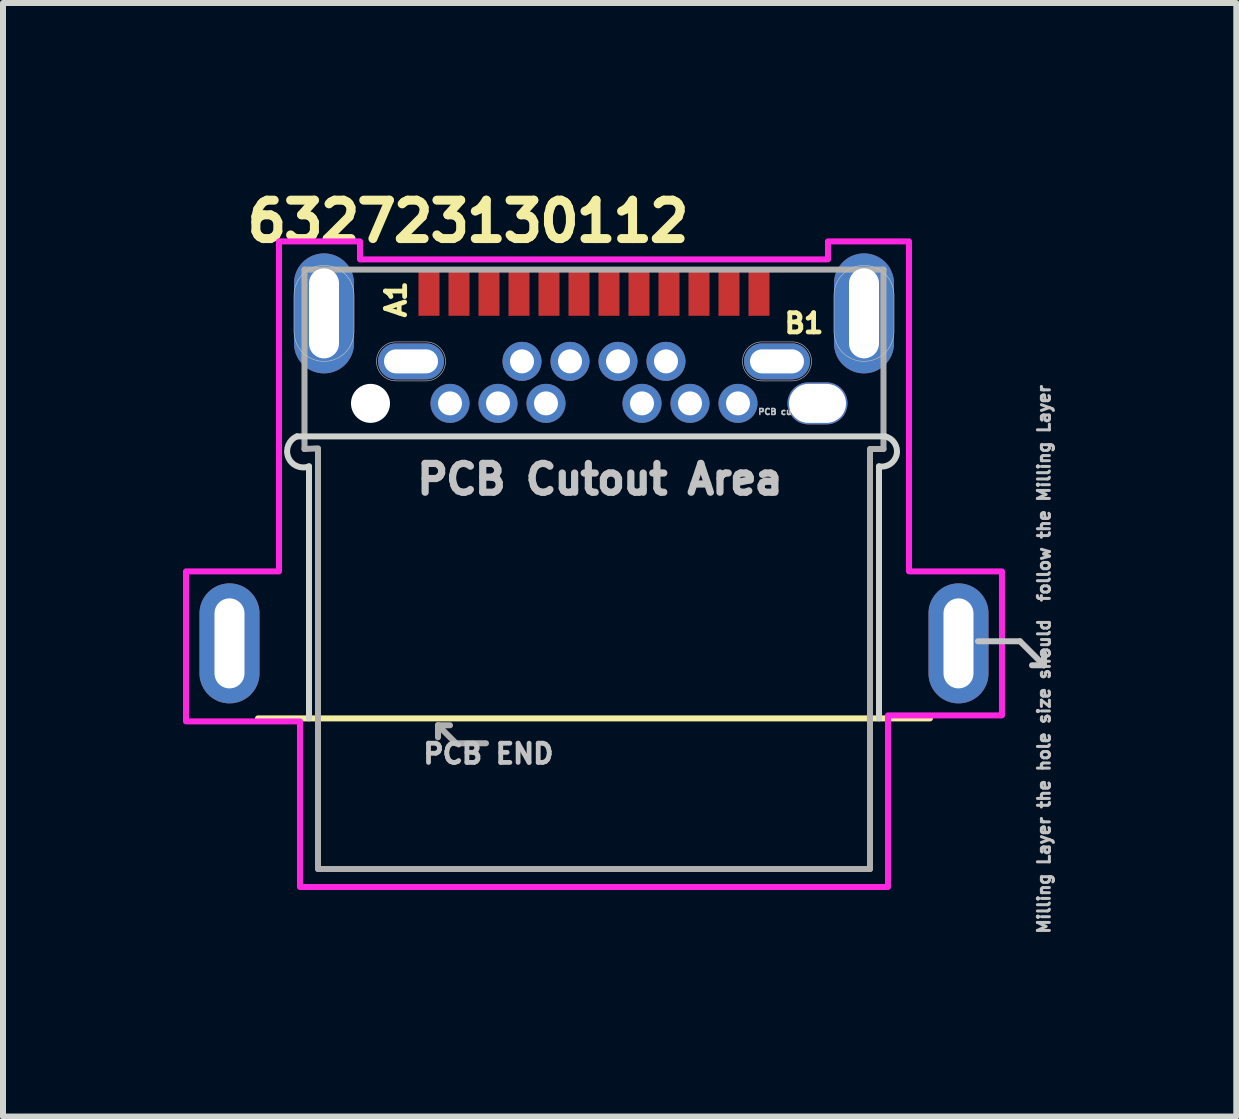
<source format=kicad_pcb>
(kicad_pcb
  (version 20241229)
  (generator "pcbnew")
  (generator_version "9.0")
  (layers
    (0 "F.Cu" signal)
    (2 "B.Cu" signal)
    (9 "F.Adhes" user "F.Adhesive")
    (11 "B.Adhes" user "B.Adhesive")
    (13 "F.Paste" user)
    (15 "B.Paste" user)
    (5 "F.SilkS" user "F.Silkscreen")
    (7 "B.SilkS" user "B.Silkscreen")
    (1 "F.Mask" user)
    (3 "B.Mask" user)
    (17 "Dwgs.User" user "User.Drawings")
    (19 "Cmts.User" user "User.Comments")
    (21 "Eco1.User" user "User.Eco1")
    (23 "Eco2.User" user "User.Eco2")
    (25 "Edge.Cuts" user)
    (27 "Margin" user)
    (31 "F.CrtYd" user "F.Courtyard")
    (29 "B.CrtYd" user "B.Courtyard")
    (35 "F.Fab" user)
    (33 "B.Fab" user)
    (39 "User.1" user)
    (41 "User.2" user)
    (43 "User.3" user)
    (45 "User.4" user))
  (footprint "632723130112"
    (layer "F.Cu")
    (at 6.85 6.438)
    (property "Reference" "632723130112" (at -2.1 -5.8 0) (layer "F.SilkS") (effects (font (size 0.64 0.64) (thickness 0.15))))
    (attr through_hole)
    (fp_poly (pts (xy 3.575 -3.19) (xy 3.531 -3.188) (xy 3.487 -3.181) (xy 3.444 -3.169) (xy 3.402 -3.153) (xy 3.363 -3.133) (xy 3.325 -3.109) (xy 3.291 -3.081) (xy 3.259 -3.049) (xy 3.231 -3.015) (xy 3.207 -2.977) (xy 3.187 -2.938) (xy 3.171 -2.896) (xy 3.159 -2.853) (xy 3.152 -2.809) (xy 3.15 -2.765) (xy 3.152 -2.721) (xy 3.159 -2.677) (xy 3.171 -2.634) (xy 3.187 -2.592) (xy 3.207 -2.552) (xy 3.231 -2.515) (xy 3.259 -2.481) (xy 3.291 -2.449) (xy 3.325 -2.421) (xy 3.362 -2.397) (xy 3.402 -2.377) (xy 3.444 -2.361) (xy 3.487 -2.349) (xy 3.531 -2.342) (xy 3.575 -2.34) (xy 3.875 -2.34) (xy 3.919 -2.342) (xy 3.963 -2.349) (xy 4.006 -2.361) (xy 4.048 -2.377) (xy 4.088 -2.397) (xy 4.125 -2.421) (xy 4.159 -2.449) (xy 4.191 -2.481) (xy 4.219 -2.515) (xy 4.243 -2.552) (xy 4.263 -2.592) (xy 4.279 -2.634) (xy 4.291 -2.677) (xy 4.298 -2.721) (xy 4.3 -2.765) (xy 4.298 -2.809) (xy 4.291 -2.853) (xy 4.279 -2.896) (xy 4.263 -2.938) (xy 4.243 -2.977) (xy 4.219 -3.015) (xy 4.191 -3.049) (xy 4.159 -3.081) (xy 4.125 -3.109) (xy 4.088 -3.133) (xy 4.048 -3.153) (xy 4.006 -3.169) (xy 3.963 -3.181) (xy 3.919 -3.188) (xy 3.875 -3.19) (xy 3.575 -3.19)) (stroke (width 0.1) (type solid)) (fill yes) (layer "F.Mask"))
    (fp_line (start -5.6 2.485) (end 5.6 2.485) (stroke (width 0.1) (type solid)) (layer "F.SilkS"))
    (fp_line (start 6.4 1.2) (end 7.1 1.2) (stroke (width 0.1) (type solid)) (layer "Dwgs.User"))
    (fp_line (start 7.1 1.2) (end 7.5 1.6) (stroke (width 0.1) (type solid)) (layer "Dwgs.User"))
    (fp_line (start 7.5 1.6) (end 7.3 1.6) (stroke (width 0.1) (type solid)) (layer "Dwgs.User"))
    (fp_line (start 7.5 1.6) (end 7.5 1.4) (stroke (width 0.1) (type solid)) (layer "Dwgs.User"))
    (fp_poly (pts (xy -4 -3.975) (xy -4.002 -3.921) (xy -4.009 -3.87) (xy -4.022 -3.819) (xy -4.04 -3.77) (xy -4.063 -3.723) (xy -4.09 -3.678) (xy -4.123 -3.637) (xy -4.159 -3.599) (xy -4.199 -3.566) (xy -4.242 -3.536) (xy -4.289 -3.512) (xy -4.337 -3.492) (xy -4.388 -3.478) (xy -4.439 -3.469) (xy -4.491 -3.465) (xy -4.544 -3.467) (xy -4.595 -3.474) (xy -4.646 -3.487) (xy -4.695 -3.505) (xy -4.742 -3.528) (xy -4.787 -3.555) (xy -4.828 -3.588) (xy -4.866 -3.624) (xy -4.899 -3.664) (xy -4.929 -3.707) (xy -4.953 -3.754) (xy -4.973 -3.802) (xy -4.987 -3.853) (xy -4.996 -3.904) (xy -5 -3.955) (xy -5 -4.555) (xy -4.998 -4.609) (xy -4.991 -4.66) (xy -4.978 -4.711) (xy -4.96 -4.76) (xy -4.937 -4.807) (xy -4.91 -4.852) (xy -4.877 -4.893) (xy -4.841 -4.931) (xy -4.801 -4.964) (xy -4.758 -4.994) (xy -4.711 -5.018) (xy -4.663 -5.038) (xy -4.612 -5.052) (xy -4.561 -5.061) (xy -4.509 -5.065) (xy -4.456 -5.063) (xy -4.405 -5.056) (xy -4.354 -5.043) (xy -4.305 -5.025) (xy -4.258 -5.002) (xy -4.213 -4.975) (xy -4.172 -4.942) (xy -4.134 -4.906) (xy -4.101 -4.866) (xy -4.071 -4.823) (xy -4.047 -4.776) (xy -4.027 -4.728) (xy -4.013 -4.677) (xy -4.004 -4.626) (xy -4 -4.575) (xy -4 -3.975)) (stroke (width 0.01) (type solid)) (fill no) (layer "Dwgs.User"))
    (fp_poly (pts (xy -3.29 -3.14) (xy -3.323 -3.141) (xy -3.356 -3.145) (xy -3.39 -3.152) (xy -3.422 -3.164) (xy -3.453 -3.178) (xy -3.482 -3.195) (xy -3.509 -3.216) (xy -3.534 -3.239) (xy -3.556 -3.265) (xy -3.576 -3.293) (xy -3.592 -3.322) (xy -3.606 -3.354) (xy -3.615 -3.386) (xy -3.622 -3.42) (xy -3.625 -3.454) (xy -3.624 -3.488) (xy -3.62 -3.521) (xy -3.613 -3.555) (xy -3.601 -3.587) (xy -3.587 -3.618) (xy -3.57 -3.647) (xy -3.549 -3.674) (xy -3.526 -3.699) (xy -3.5 -3.721) (xy -3.472 -3.741) (xy -3.443 -3.757) (xy -3.411 -3.771) (xy -3.379 -3.78) (xy -3.345 -3.787) (xy -3.31 -3.79) (xy -2.81 -3.79) (xy -2.777 -3.789) (xy -2.744 -3.785) (xy -2.71 -3.778) (xy -2.678 -3.766) (xy -2.647 -3.752) (xy -2.618 -3.735) (xy -2.591 -3.714) (xy -2.566 -3.691) (xy -2.544 -3.665) (xy -2.524 -3.637) (xy -2.508 -3.608) (xy -2.494 -3.576) (xy -2.485 -3.544) (xy -2.478 -3.51) (xy -2.475 -3.476) (xy -2.476 -3.442) (xy -2.48 -3.409) (xy -2.487 -3.375) (xy -2.499 -3.343) (xy -2.513 -3.312) (xy -2.53 -3.283) (xy -2.551 -3.256) (xy -2.574 -3.231) (xy -2.6 -3.209) (xy -2.628 -3.189) (xy -2.657 -3.173) (xy -2.689 -3.159) (xy -2.721 -3.15) (xy -2.755 -3.143) (xy -2.79 -3.14) (xy -3.29 -3.14)) (stroke (width 0.01) (type solid)) (fill no) (layer "Dwgs.User"))
    (fp_poly (pts (xy 2.81 -3.14) (xy 2.777 -3.141) (xy 2.744 -3.145) (xy 2.71 -3.152) (xy 2.678 -3.164) (xy 2.647 -3.178) (xy 2.618 -3.195) (xy 2.591 -3.216) (xy 2.566 -3.239) (xy 2.544 -3.265) (xy 2.524 -3.293) (xy 2.508 -3.322) (xy 2.494 -3.354) (xy 2.485 -3.386) (xy 2.478 -3.42) (xy 2.475 -3.454) (xy 2.476 -3.488) (xy 2.48 -3.521) (xy 2.487 -3.555) (xy 2.499 -3.587) (xy 2.513 -3.618) (xy 2.53 -3.647) (xy 2.551 -3.674) (xy 2.574 -3.699) (xy 2.6 -3.721) (xy 2.628 -3.741) (xy 2.657 -3.757) (xy 2.689 -3.771) (xy 2.721 -3.78) (xy 2.755 -3.787) (xy 2.79 -3.79) (xy 3.29 -3.79) (xy 3.323 -3.789) (xy 3.356 -3.785) (xy 3.39 -3.778) (xy 3.422 -3.766) (xy 3.453 -3.752) (xy 3.482 -3.735) (xy 3.509 -3.714) (xy 3.534 -3.691) (xy 3.556 -3.665) (xy 3.576 -3.637) (xy 3.592 -3.608) (xy 3.606 -3.576) (xy 3.615 -3.544) (xy 3.622 -3.51) (xy 3.625 -3.476) (xy 3.624 -3.442) (xy 3.62 -3.409) (xy 3.613 -3.375) (xy 3.601 -3.343) (xy 3.587 -3.312) (xy 3.57 -3.283) (xy 3.549 -3.256) (xy 3.526 -3.231) (xy 3.5 -3.209) (xy 3.472 -3.189) (xy 3.443 -3.173) (xy 3.411 -3.159) (xy 3.379 -3.15) (xy 3.345 -3.143) (xy 3.31 -3.14) (xy 2.81 -3.14)) (stroke (width 0.01) (type solid)) (fill no) (layer "Dwgs.User"))
    (fp_poly (pts (xy 5 -3.975) (xy 4.998 -3.921) (xy 4.991 -3.87) (xy 4.978 -3.819) (xy 4.96 -3.77) (xy 4.937 -3.723) (xy 4.91 -3.678) (xy 4.877 -3.637) (xy 4.841 -3.599) (xy 4.801 -3.566) (xy 4.758 -3.536) (xy 4.711 -3.512) (xy 4.663 -3.492) (xy 4.612 -3.478) (xy 4.561 -3.469) (xy 4.509 -3.465) (xy 4.456 -3.467) (xy 4.405 -3.474) (xy 4.354 -3.487) (xy 4.305 -3.505) (xy 4.258 -3.528) (xy 4.213 -3.555) (xy 4.172 -3.588) (xy 4.134 -3.624) (xy 4.101 -3.664) (xy 4.071 -3.707) (xy 4.047 -3.754) (xy 4.027 -3.802) (xy 4.013 -3.853) (xy 4.004 -3.904) (xy 4 -3.955) (xy 4 -4.555) (xy 4.002 -4.609) (xy 4.009 -4.66) (xy 4.022 -4.711) (xy 4.04 -4.76) (xy 4.063 -4.807) (xy 4.09 -4.852) (xy 4.123 -4.893) (xy 4.159 -4.931) (xy 4.199 -4.964) (xy 4.242 -4.994) (xy 4.289 -5.018) (xy 4.337 -5.038) (xy 4.388 -5.052) (xy 4.439 -5.061) (xy 4.491 -5.065) (xy 4.544 -5.063) (xy 4.595 -5.056) (xy 4.646 -5.043) (xy 4.695 -5.025) (xy 4.742 -5.002) (xy 4.787 -4.975) (xy 4.828 -4.942) (xy 4.866 -4.906) (xy 4.899 -4.866) (xy 4.929 -4.823) (xy 4.953 -4.776) (xy 4.973 -4.728) (xy 4.987 -4.677) (xy 4.996 -4.626) (xy 5 -4.575) (xy 5 -3.975)) (stroke (width 0.01) (type solid)) (fill no) (layer "Dwgs.User"))
    (fp_line (start -4.95 -2.215) (end 4.85 -2.215) (stroke (width 0.1) (type solid)) (layer "Edge.Cuts"))
    (fp_line (start -4.75 2.485) (end -4.75 -1.715) (stroke (width 0.1) (type solid)) (layer "Edge.Cuts"))
    (fp_line (start 4.75 -1.715) (end 4.75 2.485) (stroke (width 0.1) (type solid)) (layer "Edge.Cuts"))
    (fp_arc (start -4.75 -1.715) (mid -5.1 -1.865) (end -4.95 -2.215) (stroke (width 0.1) (type solid)) (layer "Edge.Cuts"))
    (fp_arc (start 4.85 -2.215) (mid 5.049999 -1.915001) (end 4.75 -1.715) (stroke (width 0.1) (type solid)) (layer "Edge.Cuts"))
    (fp_poly (pts (xy -5.25 -5.465) (xy -3.9 -5.465) (xy -3.9 -5.165) (xy 3.9 -5.165) (xy 3.9 -5.465) (xy 5.25 -5.465) (xy 5.25 0.035) (xy 6.8 0.035) (xy 6.8 2.435) (xy 4.9 2.435) (xy 4.9 5.295) (xy -4.9 5.295) (xy -4.9 2.535) (xy -6.8 2.535) (xy -6.8 0.035) (xy -5.25 0.035)) (stroke (width 0.1) (type solid)) (fill no) (layer "F.CrtYd"))
    (fp_line (start -4.825 -4.995) (end -4.825 -2.005) (stroke (width 0.1) (type solid)) (layer "F.Fab"))
    (fp_line (start -4.825 -4.995) (end 4.825 -4.995) (stroke (width 0.1) (type solid)) (layer "F.Fab"))
    (fp_line (start -4.6 -2.015) (end -4.825 -2.005) (stroke (width 0.1) (type solid)) (layer "F.Fab"))
    (fp_line (start -4.6 2.485) (end -4.6 -2.005) (stroke (width 0.1) (type solid)) (layer "F.Fab"))
    (fp_line (start -4.6 2.485) (end -4.6 4.995) (stroke (width 0.1) (type solid)) (layer "F.Fab"))
    (fp_line (start -4.6 4.995) (end 4.6 4.995) (stroke (width 0.1) (type solid)) (layer "F.Fab"))
    (fp_line (start -2.6 2.6) (end -2.6 2.8) (stroke (width 0.1) (type solid)) (layer "F.Fab"))
    (fp_line (start -2.6 2.6) (end -2.4 2.6) (stroke (width 0.1) (type solid)) (layer "F.Fab"))
    (fp_line (start -2.3 2.9) (end -2.6 2.6) (stroke (width 0.1) (type solid)) (layer "F.Fab"))
    (fp_line (start -1.8 2.9) (end -2.3 2.9) (stroke (width 0.1) (type solid)) (layer "F.Fab"))
    (fp_line (start 4.6 -2.005) (end 4.6 2.485) (stroke (width 0.1) (type solid)) (layer "F.Fab"))
    (fp_line (start 4.6 4.995) (end 4.6 2.485) (stroke (width 0.1) (type solid)) (layer "F.Fab"))
    (fp_line (start 4.825 -4.995) (end 4.825 -2.005) (stroke (width 0.1) (type solid)) (layer "F.Fab"))
    (fp_line (start 4.825 -2.005) (end 4.61 -2.005) (stroke (width 0.1) (type solid)) (layer "F.Fab"))
    (fp_line (start 4.75 2.485) (end -4.75 2.485) (stroke (width 0.01) (type solid)) (layer "User.1"))
    (fp_line (start -6.325 1.735) (end -6.325 0.735) (stroke (width 0.01) (type solid)) (layer "User.3"))
    (fp_line (start -5.825 0.735) (end -5.825 1.735) (stroke (width 0.01) (type solid)) (layer "User.3"))
    (fp_line (start -4.75 -3.955) (end -4.75 -4.555) (stroke (width 0.01) (type solid)) (layer "User.3"))
    (fp_line (start -4.25 -4.575) (end -4.25 -3.975) (stroke (width 0.01) (type solid)) (layer "User.3"))
    (fp_line (start -3.31 -3.665) (end -2.81 -3.665) (stroke (width 0.01) (type solid)) (layer "User.3"))
    (fp_line (start -2.79 -3.265) (end -3.29 -3.265) (stroke (width 0.01) (type solid)) (layer "User.3"))
    (fp_line (start 4.25 -3.955) (end 4.25 -4.555) (stroke (width 0.01) (type solid)) (layer "User.3"))
    (fp_line (start 4.75 -4.575) (end 4.75 -3.975) (stroke (width 0.01) (type solid)) (layer "User.3"))
    (fp_line (start 5.825 1.735) (end 5.825 0.735) (stroke (width 0.01) (type solid)) (layer "User.3"))
    (fp_line (start 6.325 0.735) (end 6.325 1.735) (stroke (width 0.01) (type solid)) (layer "User.3"))
    (fp_arc (start -6.325 0.735) (mid -6.075 0.485) (end -5.825 0.735) (stroke (width 0.01) (type solid)) (layer "User.3"))
    (fp_arc (start -5.825 1.735) (mid -6.075 1.985) (end -6.325 1.735) (stroke (width 0.01) (type solid)) (layer "User.3"))
    (fp_arc (start -4.75 -4.555) (mid -4.51 -4.815) (end -4.25 -4.575) (stroke (width 0.01) (type solid)) (layer "User.3"))
    (fp_arc (start -4.25 -3.975) (mid -4.49 -3.715) (end -4.75 -3.955) (stroke (width 0.01) (type solid)) (layer "User.3"))
    (fp_arc (start -3.29 -3.265) (mid -3.5 -3.455) (end -3.31 -3.665) (stroke (width 0.01) (type solid)) (layer "User.3"))
    (fp_arc (start -2.81 -3.665) (mid -2.6 -3.475) (end -2.79 -3.265) (stroke (width 0.01) (type solid)) (layer "User.3"))
    (fp_arc (start 4.25 -4.555) (mid 4.49 -4.815) (end 4.75 -4.575) (stroke (width 0.01) (type solid)) (layer "User.3"))
    (fp_arc (start 4.75 -3.975) (mid 4.51 -3.715) (end 4.25 -3.955) (stroke (width 0.01) (type solid)) (layer "User.3"))
    (fp_arc (start 5.825 0.735) (mid 6.075 0.485) (end 6.325 0.735) (stroke (width 0.01) (type solid)) (layer "User.3"))
    (fp_arc (start 6.325 1.735) (mid 6.075 1.985) (end 5.825 1.735) (stroke (width 0.01) (type solid)) (layer "User.3"))
    (fp_text user "B1" (at 3.5 -4.1 0) (layer "F.SilkS") (effects (font (size 0.32 0.32) (thickness 0.08))))
    (fp_text user "A1" (at -3.3 -4.5 90) (layer "F.SilkS") (effects (font (size 0.32 0.32) (thickness 0.08))))
    (fp_text user "PCB cut  out Area" (at 3.44 -2.625 0) (layer "Dwgs.User") (effects (font (size 0.1 0.1) (thickness 0.025))))
    (fp_text user "Milling Layer the hole size should  follow the Milling Layer" (at 7.5 1.5 90) (layer "Dwgs.User") (effects (font (size 0.2 0.2) (thickness 0.05))))
    (fp_text user "PCB Cutout Area" (at 0.1 -1.5 0) (layer "Dwgs.User") (effects (font (size 0.48 0.48) (thickness 0.12))))
    (fp_text user "PCB END" (at -1.76 3.075 0) (layer "Dwgs.User") (effects (font (size 0.32 0.32) (thickness 0.08))))
    (fp_text user "PCB Cutout Area" (at 0.1 -1.5 0) (layer "Edge.Cuts") (effects (font (size 0.48 0.48) (thickness 0.12))))
    (pad "" np_thru_hole circle (at -3.725 -2.765) (size 0.65 0.65) (drill 0.65) (layers "*.Cu" "*.Mask"))
    (pad "" np_thru_hole oval (at 3.725 -2.765) (size 1 0.7) (drill oval 0.95 0.65) (layers "*.Cu" "*.Mask"))
    (pad "A1" smd rect (at -2.75 -4.625) (size 0.35 0.8) (layers "F.Cu" "F.Mask" "F.Paste"))
    (pad "A2" smd rect (at -2.25 -4.625) (size 0.35 0.8) (layers "F.Cu" "F.Mask" "F.Paste"))
    (pad "A3" smd rect (at -1.75 -4.625) (size 0.35 0.8) (layers "F.Cu" "F.Mask" "F.Paste"))
    (pad "A4" smd rect (at -1.25 -4.625) (size 0.35 0.8) (layers "F.Cu" "F.Mask" "F.Paste"))
    (pad "A5" smd rect (at -0.75 -4.625) (size 0.35 0.8) (layers "F.Cu" "F.Mask" "F.Paste"))
    (pad "A6" smd rect (at -0.25 -4.625) (size 0.35 0.8) (layers "F.Cu" "F.Mask" "F.Paste"))
    (pad "A7" smd rect (at 0.25 -4.625) (size 0.35 0.8) (layers "F.Cu" "F.Mask" "F.Paste"))
    (pad "A8" smd rect (at 0.75 -4.625) (size 0.35 0.8) (layers "F.Cu" "F.Mask" "F.Paste"))
    (pad "A9" smd rect (at 1.25 -4.625) (size 0.35 0.8) (layers "F.Cu" "F.Mask" "F.Paste"))
    (pad "A10" smd rect (at 1.75 -4.625) (size 0.35 0.8) (layers "F.Cu" "F.Mask" "F.Paste"))
    (pad "A11" smd rect (at 2.25 -4.625) (size 0.35 0.8) (layers "F.Cu" "F.Mask" "F.Paste"))
    (pad "A12" smd rect (at 2.75 -4.625) (size 0.35 0.8) (layers "F.Cu" "F.Mask" "F.Paste"))
    (pad "B1" thru_hole oval (at 3.05 -3.465) (size 1.1 0.6) (drill oval 0.9 0.4) (layers "*.Cu" "*.Mask"))
    (pad "B2" thru_hole circle (at 2.4 -2.765) (size 0.65 0.65) (drill 0.4) (layers "*.Cu" "*.Mask"))
    (pad "B3" thru_hole circle (at 1.6 -2.765) (size 0.65 0.65) (drill 0.4) (layers "*.Cu" "*.Mask"))
    (pad "B4" thru_hole circle (at 1.2 -3.465) (size 0.65 0.65) (drill 0.4) (layers "*.Cu" "*.Mask"))
    (pad "B5" thru_hole circle (at 0.8 -2.765) (size 0.65 0.65) (drill 0.4) (layers "*.Cu" "*.Mask"))
    (pad "B6" thru_hole circle (at 0.4 -3.465) (size 0.65 0.65) (drill 0.4) (layers "*.Cu" "*.Mask"))
    (pad "B7" thru_hole circle (at -0.4 -3.465) (size 0.65 0.65) (drill 0.4) (layers "*.Cu" "*.Mask"))
    (pad "B8" thru_hole circle (at -0.8 -2.765) (size 0.65 0.65) (drill 0.4) (layers "*.Cu" "*.Mask"))
    (pad "B9" thru_hole circle (at -1.2 -3.465) (size 0.65 0.65) (drill 0.4) (layers "*.Cu" "*.Mask"))
    (pad "B10" thru_hole circle (at -1.6 -2.765) (size 0.65 0.65) (drill 0.4) (layers "*.Cu" "*.Mask"))
    (pad "B11" thru_hole circle (at -2.4 -2.765) (size 0.65 0.65) (drill 0.4) (layers "*.Cu" "*.Mask"))
    (pad "B12" thru_hole oval (at -3.05 -3.465) (size 1.1 0.6) (drill oval 0.9 0.4) (layers "*.Cu" "*.Mask"))
    (pad "S1" thru_hole oval (at -6.075 1.235) (size 1 2) (drill oval 0.5 1.5) (layers "*.Cu" "*.Mask"))
    (pad "S1" thru_hole oval (at -4.5 -4.265) (size 1 2) (drill oval 0.5 1.5) (layers "*.Cu" "*.Mask"))
    (pad "S2" thru_hole oval (at 4.5 -4.265) (size 1 2) (drill oval 0.5 1.5) (layers "*.Cu" "*.Mask"))
    (pad "S4" thru_hole oval (at 6.075 1.235) (size 1 2) (drill oval 0.5 1.5) (layers "*.Cu" "*.Mask"))
    (zone (net_name "") (layers "F.Cu" "F.Mask" "B.Cu" "B.Mask" "F.SilkS" "B.SilkS" "F.Paste" "B.Paste" "Edge.Cuts") (name "USBCUTOUT") (hatch edge 0.5) (connect_pads) (min_thickness 0.25) (filled_areas_thickness no) (keepout (tracks not_allowed) (vias not_allowed) (pads not_allowed) (copperpour not_allowed) (footprints allowed)) (placement (enabled no)) (fill) (polygon (pts (xy 2.25 4.338) (xy 11.25 4.338) (xy 11.25 9.238) (xy 2.25 9.238)))))
  (gr_rect
    (start -3 -3)
    (end 17.555 15.559)
    (stroke (width 0.1) (type default))
    (fill no)
    (layer "Edge.Cuts")))
</source>
